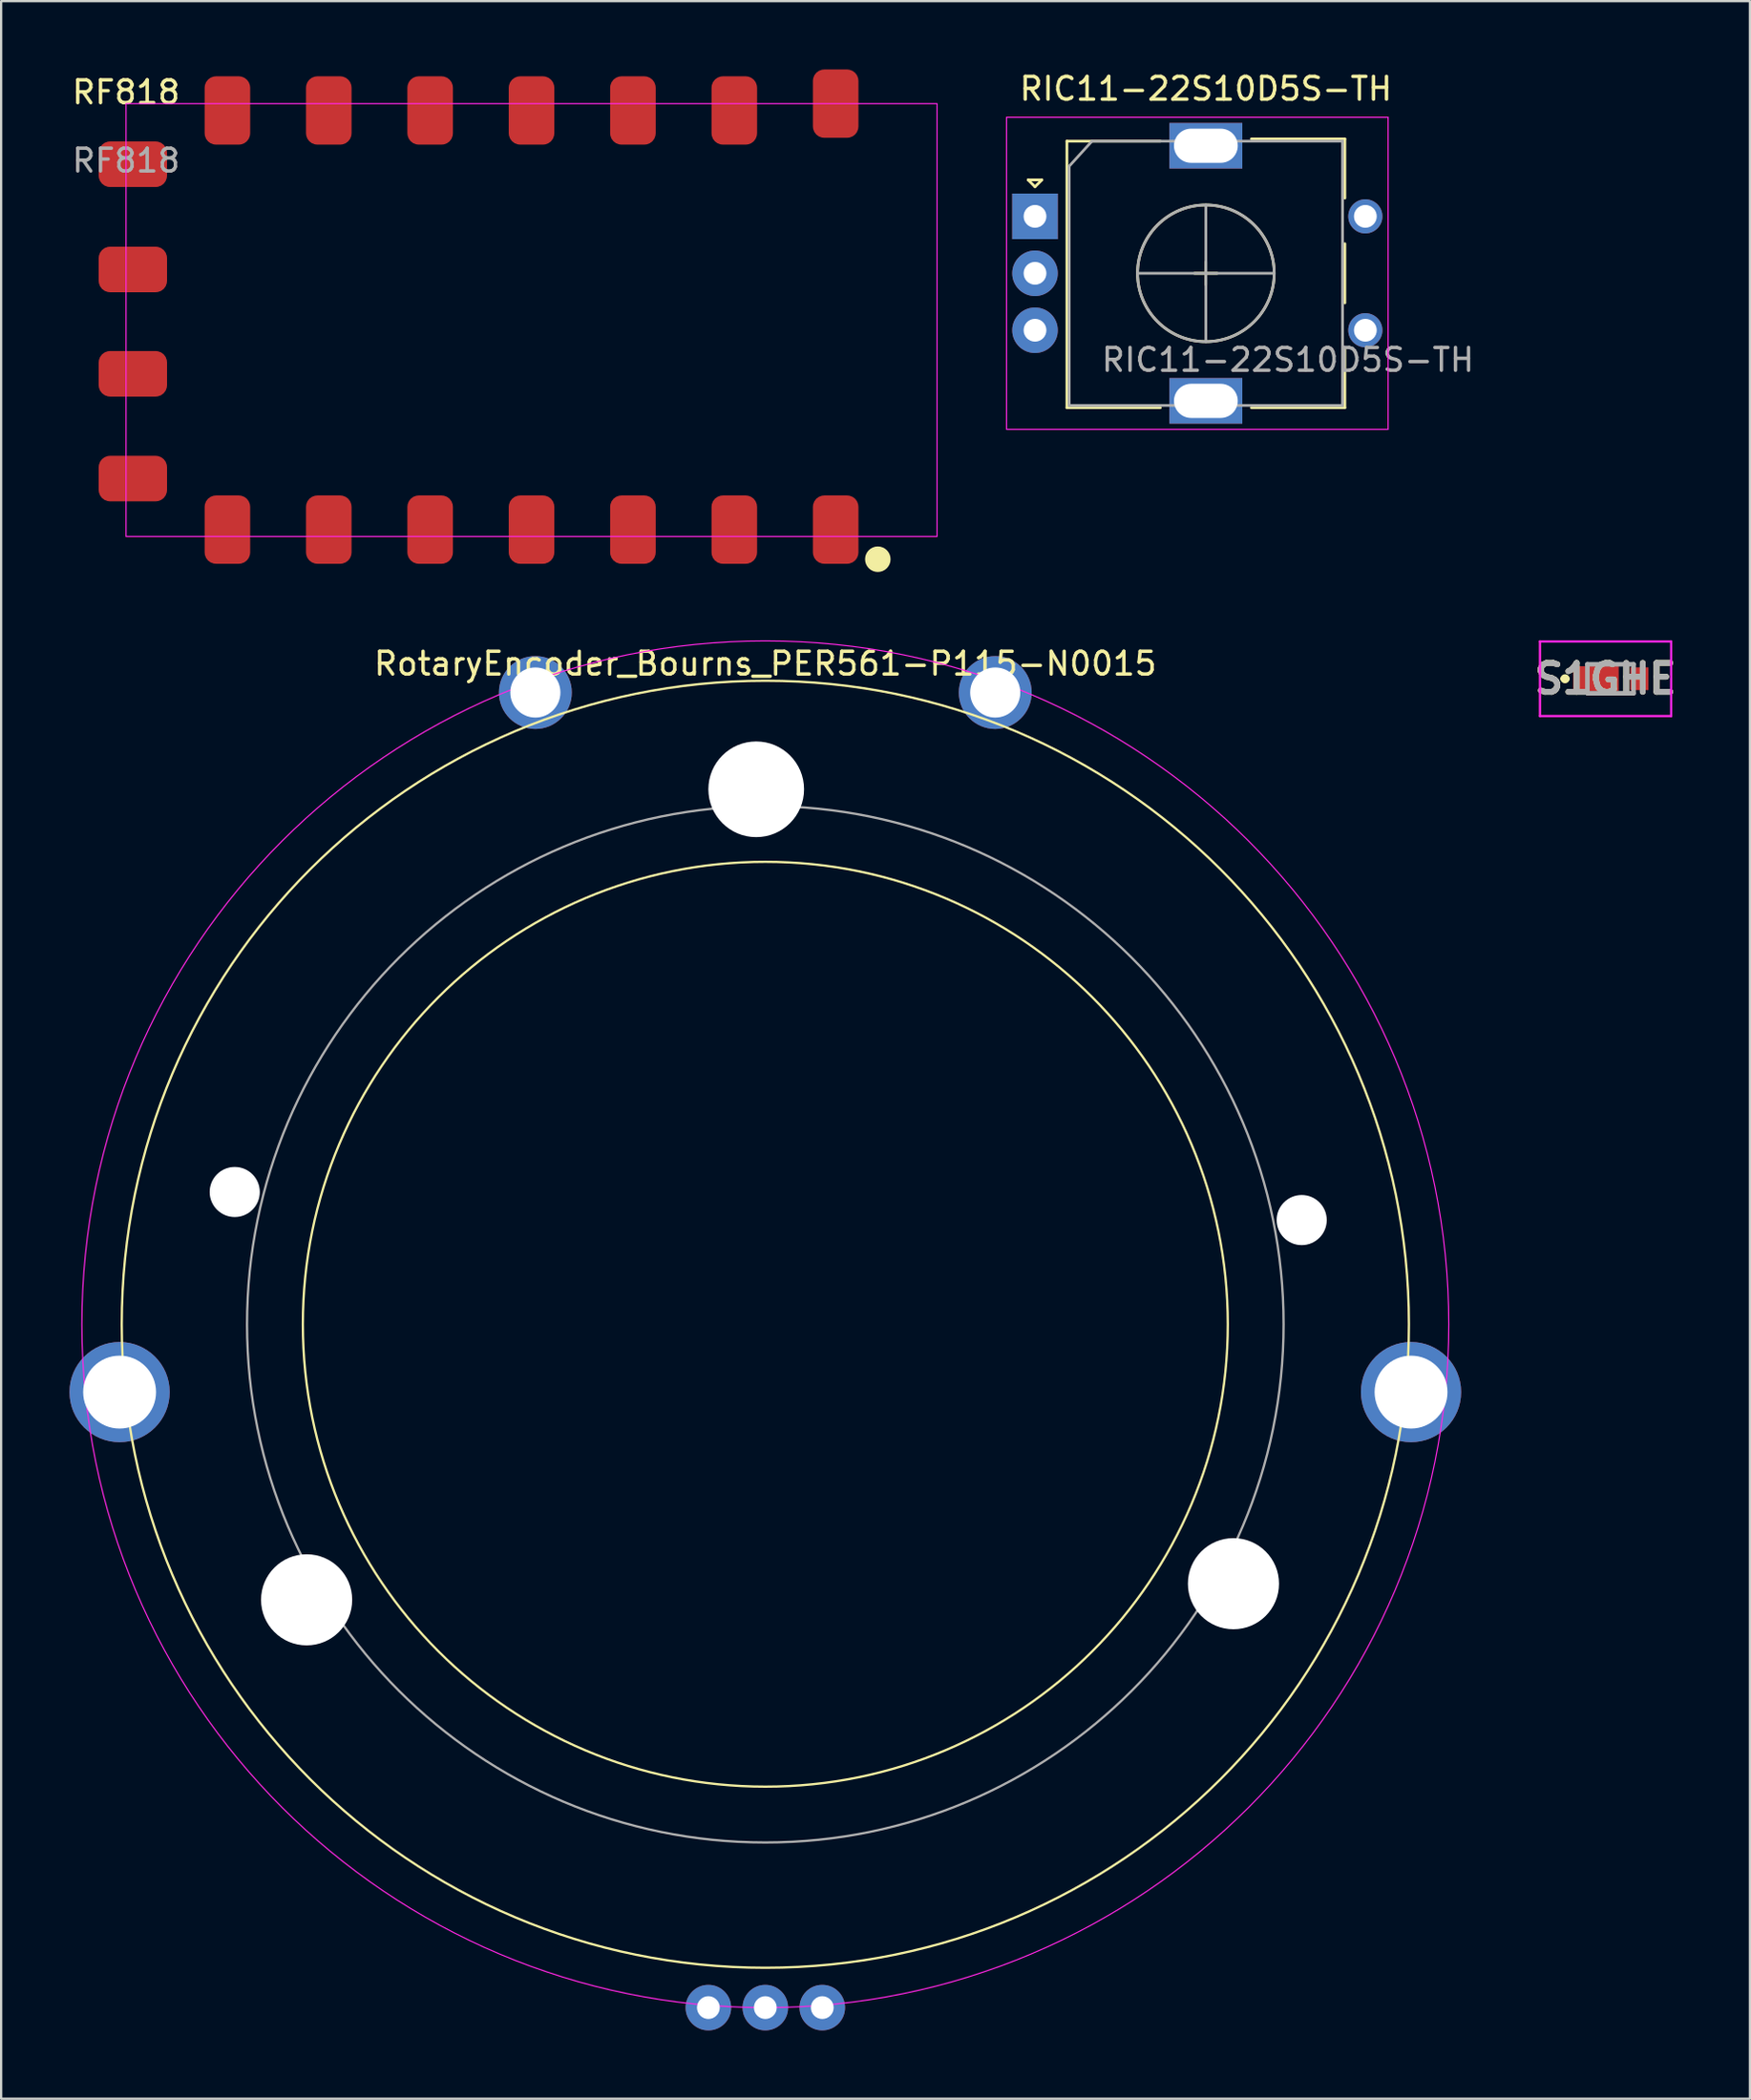
<source format=kicad_pcb>
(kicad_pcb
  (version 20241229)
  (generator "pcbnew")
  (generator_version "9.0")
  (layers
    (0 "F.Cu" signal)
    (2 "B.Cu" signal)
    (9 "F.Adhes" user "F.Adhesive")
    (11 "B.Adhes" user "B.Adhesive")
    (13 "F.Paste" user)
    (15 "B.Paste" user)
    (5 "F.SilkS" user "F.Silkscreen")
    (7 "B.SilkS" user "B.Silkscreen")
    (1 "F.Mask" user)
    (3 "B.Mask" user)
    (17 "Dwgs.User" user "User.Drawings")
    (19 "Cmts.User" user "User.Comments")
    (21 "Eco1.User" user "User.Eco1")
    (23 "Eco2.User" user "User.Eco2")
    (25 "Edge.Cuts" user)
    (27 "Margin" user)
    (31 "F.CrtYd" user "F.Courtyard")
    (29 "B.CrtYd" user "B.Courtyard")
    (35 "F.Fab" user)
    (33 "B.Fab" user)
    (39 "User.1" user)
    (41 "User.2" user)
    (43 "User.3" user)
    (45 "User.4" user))
  (footprint "RotaryEncoder_Bourns_PER561-P115-N0015"
    (layer "F.Cu")
    (at 30.544 55.085)
    (property "Reference" "RotaryEncoder_Bourns_PER561-P115-N0015" (at 0 -29 0) (unlocked yes) (layer "F.SilkS") (effects (font (size 1 1) (thickness 0.15))))
    (attr through_hole exclude_from_pos_files)
    (fp_circle (center 0 0) (end 20.3 0) (stroke (width 0.1) (type solid)) (fill no) (layer "F.SilkS"))
    (fp_circle (center 0 0) (end 28.25 0) (stroke (width 0.1) (type solid)) (fill no) (layer "F.SilkS"))
    (fp_circle (center 0 0) (end 30 0) (stroke (width 0.05) (type default)) (fill no) (layer "F.CrtYd"))
    (fp_circle (center 0 0) (end 22.75 0) (stroke (width 0.1) (type solid)) (fill no) (layer "F.Fab"))
    (fp_circle (center -28.344 2.979) (end -26.594 2.979) (stroke (width 0.1) (type solid)) (fill no) (layer "User.7"))
    (fp_circle (center -23.29 -5.806) (end -22.19 -5.806) (stroke (width 0.1) (type solid)) (fill no) (layer "User.7"))
    (fp_circle (center -20.135 12.098) (end -18.135 12.098) (stroke (width 0.1) (type solid)) (fill no) (layer "User.7"))
    (fp_circle (center -10.094 -27.733) (end -8.994 -27.733) (stroke (width 0.1) (type solid)) (fill no) (layer "User.7"))
    (fp_circle (center -0.4 -23.485) (end 1.6 -23.485) (stroke (width 0.1) (type solid)) (fill no) (layer "User.7"))
    (fp_circle (center 10.092 -27.733) (end 11.192 -27.733) (stroke (width 0.1) (type solid)) (fill no) (layer "User.7"))
    (fp_circle (center 20.549 11.39) (end 22.549 11.39) (stroke (width 0.1) (type solid)) (fill no) (layer "User.7"))
    (fp_circle (center 23.544 -4.573) (end 24.644 -4.573) (stroke (width 0.1) (type solid)) (fill no) (layer "User.7"))
    (fp_circle (center 28.344 2.979) (end 30.094 2.979) (stroke (width 0.1) (type solid)) (fill no) (layer "User.7"))
    (pad "" np_thru_hole circle (at -23.29 -5.806) (size 2.2 2.2) (drill 2.2) (layers "*.Cu" "*.Mask"))
    (pad "" np_thru_hole circle (at -20.135 12.098) (size 4 4) (drill 4) (layers "*.Cu" "*.Mask"))
    (pad "" np_thru_hole circle (at -0.4 -23.485) (size 4.2 4.2) (drill 4.2) (layers "*.Cu" "*.Mask"))
    (pad "" np_thru_hole circle (at 20.549 11.39) (size 4 4) (drill 4) (layers "*.Cu" "*.Mask"))
    (pad "" np_thru_hole circle (at 23.544 -4.573) (size 2.2 2.2) (drill 2.2) (layers "*.Cu" "*.Mask"))
    (pad "A" thru_hole circle (at -2.5 30) (size 2 2) (drill 1) (layers "*.Cu" "*.Mask"))
    (pad "B" thru_hole circle (at 2.5 30) (size 2 2) (drill 1) (layers "*.Cu" "*.Mask"))
    (pad "C" thru_hole circle (at 0 30) (size 2 2) (drill 1) (layers "*.Cu" "*.Mask"))
    (pad "MP" thru_hole circle (at -28.344 2.979) (size 4.4 4.4) (drill oval 3.2) (layers "*.Cu" "*.Mask"))
    (pad "MP" thru_hole circle (at -10.094 -27.733) (size 3.2 3.2) (drill 2.2) (layers "*.Cu" "*.Mask"))
    (pad "MP" thru_hole circle (at 10.092 -27.733) (size 3.2 3.2) (drill 2.2) (layers "*.Cu" "*.Mask"))
    (pad "MP" thru_hole circle (at 28.344 2.979) (size 4.4 4.4) (drill oval 3.2) (layers "*.Cu" "*.Mask")))
  (footprint "RF818"
    (layer "F.Cu")
    (at 2.482 1.5)
    (property "Reference" "RF818" (at 0 -0.5 0) (unlocked yes) (layer "F.SilkS") (effects (font (size 1 1) (thickness 0.15))))
    (attr smd)
    (fp_circle (center 33 20) (end 33.5 20) (stroke (width 0.12) (type solid)) (fill yes) (layer "F.SilkS"))
    (fp_rect (start 0 0) (end 35.6 19) (stroke (width 0.05) (type default)) (fill no) (layer "F.CrtYd"))
    (fp_text user "${REFERENCE}" (at 0 2.5 0) (unlocked yes) (layer "F.Fab") (effects (font (size 1 1) (thickness 0.15))))
    (pad "1" smd roundrect (at 31.15 18.7) (size 2 3) (layers "F.Cu" "F.Mask" "F.Paste") (roundrect_rratio 0.25))
    (pad "2" smd roundrect (at 26.7 18.7) (size 2 3) (layers "F.Cu" "F.Mask" "F.Paste") (roundrect_rratio 0.25))
    (pad "3" smd roundrect (at 22.25 18.7) (size 2 3) (layers "F.Cu" "F.Mask" "F.Paste") (roundrect_rratio 0.25))
    (pad "4" smd roundrect (at 17.8 18.7) (size 2 3) (layers "F.Cu" "F.Mask" "F.Paste") (roundrect_rratio 0.25))
    (pad "5" smd roundrect (at 13.35 18.7) (size 2 3) (layers "F.Cu" "F.Mask" "F.Paste") (roundrect_rratio 0.25))
    (pad "6" smd roundrect (at 8.9 18.7) (size 2 3) (layers "F.Cu" "F.Mask" "F.Paste") (roundrect_rratio 0.25))
    (pad "7" smd roundrect (at 4.45 18.7) (size 2 3) (layers "F.Cu" "F.Mask" "F.Paste") (roundrect_rratio 0.25))
    (pad "8" smd roundrect (at 0.3 16.46) (size 3 2) (layers "F.Cu" "F.Mask" "F.Paste") (roundrect_rratio 0.25))
    (pad "9" smd roundrect (at 0.3 11.86) (size 3 2) (layers "F.Cu" "F.Mask" "F.Paste") (roundrect_rratio 0.25))
    (pad "10" smd roundrect (at 0.3 7.28) (size 3 2) (layers "F.Cu" "F.Mask" "F.Paste") (roundrect_rratio 0.25))
    (pad "11" smd roundrect (at 0.3 2.66) (size 3 2) (layers "F.Cu" "F.Mask" "F.Paste") (roundrect_rratio 0.25))
    (pad "12" smd roundrect (at 4.45 0.3) (size 2 3) (layers "F.Cu" "F.Mask" "F.Paste") (roundrect_rratio 0.25))
    (pad "13" smd roundrect (at 8.9 0.3) (size 2 3) (layers "F.Cu" "F.Mask" "F.Paste") (roundrect_rratio 0.25))
    (pad "14" smd roundrect (at 13.35 0.3) (size 2 3) (layers "F.Cu" "F.Mask" "F.Paste") (roundrect_rratio 0.25))
    (pad "15" smd roundrect (at 17.8 0.3) (size 2 3) (layers "F.Cu" "F.Mask" "F.Paste") (roundrect_rratio 0.25))
    (pad "16" smd roundrect (at 22.25 0.3) (size 2 3) (layers "F.Cu" "F.Mask" "F.Paste") (roundrect_rratio 0.25))
    (pad "17" smd roundrect (at 26.7 0.3) (size 2 3) (layers "F.Cu" "F.Mask" "F.Paste") (roundrect_rratio 0.25))
    (pad "18" smd roundrect (at 31.15 0) (size 2 3) (layers "F.Cu" "F.Mask" "F.Paste") (roundrect_rratio 0.25)))
  (footprint "RIC11-22S10D5S-TH"
    (layer "F.Cu")
    (at 42.382 6.348)
    (property "Reference" "RIC11-22S10D5S-TH" (at 7.5 -5.5 0) (unlocked yes) (layer "F.SilkS") (effects (font (size 1 1) (thickness 0.15))))
    (attr through_hole)
    (fp_line (start -0.3 -1.5) (end 0.3 -1.5) (stroke (width 0.12) (type solid)) (layer "F.SilkS"))
    (fp_line (start 0 -1.2) (end -0.3 -1.5) (stroke (width 0.12) (type solid)) (layer "F.SilkS"))
    (fp_line (start 0.3 -1.5) (end 0 -1.2) (stroke (width 0.12) (type solid)) (layer "F.SilkS"))
    (fp_line (start 1.4 -3.2) (end 1.4 8.5) (stroke (width 0.12) (type solid)) (layer "F.SilkS"))
    (fp_line (start 5.5 -3.2) (end 1.4 -3.2) (stroke (width 0.12) (type solid)) (layer "F.SilkS"))
    (fp_line (start 5.5 8.5) (end 1.4 8.5) (stroke (width 0.12) (type solid)) (layer "F.SilkS"))
    (fp_line (start 7 2.6) (end 8 2.6) (stroke (width 0.12) (type solid)) (layer "F.SilkS"))
    (fp_line (start 7.5 2.1) (end 7.5 3.1) (stroke (width 0.12) (type solid)) (layer "F.SilkS"))
    (fp_line (start 9.5 -3.3) (end 13.6 -3.3) (stroke (width 0.12) (type solid)) (layer "F.SilkS"))
    (fp_line (start 13.6 -3.3) (end 13.6 -0.7) (stroke (width 0.12) (type solid)) (layer "F.SilkS"))
    (fp_line (start 13.6 1.3) (end 13.6 3.9) (stroke (width 0.12) (type solid)) (layer "F.SilkS"))
    (fp_line (start 13.6 5.9) (end 13.6 8.5) (stroke (width 0.12) (type solid)) (layer "F.SilkS"))
    (fp_line (start 13.6 8.5) (end 9.5 8.5) (stroke (width 0.12) (type solid)) (layer "F.SilkS"))
    (fp_circle (center 7.5 2.6) (end 10.5 2.6) (stroke (width 0.12) (type solid)) (fill no) (layer "F.SilkS"))
    (fp_line (start -1.25 -4.25) (end -1.25 9.45) (stroke (width 0.05) (type solid)) (layer "F.CrtYd"))
    (fp_line (start -1.25 -4.25) (end 15.5 -4.25) (stroke (width 0.05) (type solid)) (layer "F.CrtYd"))
    (fp_line (start 15.5 9.45) (end -1.25 9.45) (stroke (width 0.05) (type solid)) (layer "F.CrtYd"))
    (fp_line (start 15.5 9.45) (end 15.5 -4.25) (stroke (width 0.05) (type solid)) (layer "F.CrtYd"))
    (fp_line (start 1.5 -2.1) (end 2.5 -3.2) (stroke (width 0.12) (type solid)) (layer "F.Fab"))
    (fp_line (start 1.5 8.4) (end 1.5 -2.1) (stroke (width 0.12) (type solid)) (layer "F.Fab"))
    (fp_line (start 2.5 -3.2) (end 13.5 -3.2) (stroke (width 0.12) (type solid)) (layer "F.Fab"))
    (fp_line (start 4.5 2.6) (end 10.5 2.6) (stroke (width 0.12) (type solid)) (layer "F.Fab"))
    (fp_line (start 7.5 -0.4) (end 7.5 5.6) (stroke (width 0.12) (type solid)) (layer "F.Fab"))
    (fp_line (start 13.5 -3.2) (end 13.5 8.4) (stroke (width 0.12) (type solid)) (layer "F.Fab"))
    (fp_line (start 13.5 8.4) (end 1.5 8.4) (stroke (width 0.12) (type solid)) (layer "F.Fab"))
    (fp_circle (center 7.5 2.6) (end 10.5 2.6) (stroke (width 0.12) (type solid)) (fill no) (layer "F.Fab"))
    (fp_text user "${REFERENCE}" (at 11.1 6.4 0) (layer "F.Fab") (effects (font (size 1 1) (thickness 0.15))))
    (pad "A" thru_hole rect (at 0 0.1) (size 2 2) (drill 1) (layers "*.Cu" "*.Mask"))
    (pad "B" thru_hole circle (at 0 5.1) (size 2 2) (drill 1) (layers "*.Cu" "*.Mask"))
    (pad "C" thru_hole circle (at 0 2.6) (size 2 2) (drill 1) (layers "*.Cu" "*.Mask"))
    (pad "MP" thru_hole rect (at 7.5 -3) (size 3.2 2) (drill oval 2.8 1.5) (layers "*.Cu" "*.Mask"))
    (pad "MP" thru_hole rect (at 7.5 8.2) (size 3.2 2) (drill oval 2.8 1.5) (layers "*.Cu" "*.Mask"))
    (pad "S1" thru_hole circle (at 14.5 5.1) (size 1.5 1.5) (drill 1) (layers "*.Cu" "*.Mask"))
    (pad "S2" thru_hole circle (at 14.5 0.1) (size 1.5 1.5) (drill 1) (layers "*.Cu" "*.Mask")))
  (footprint "S1GHE"
    (layer "F.Cu")
    (at 67.767 26.748)
    (property "Reference" "S1GHE" (at -0.341 0 0) (layer "F.SilkS") (effects (font (size 1.27 1.27) (thickness 0.254))))
    (attr smd)
    (fp_line (start -2.22 0) (end -2.22 0) (stroke (width 0.2) (type solid)) (layer "F.SilkS"))
    (fp_line (start -2.02 0) (end -2.02 0) (stroke (width 0.2) (type solid)) (layer "F.SilkS"))
    (fp_arc (start -2.22 0) (mid -2.12 -0.1) (end -2.02 0) (stroke (width 0.2) (type solid)) (layer "F.SilkS"))
    (fp_arc (start -2.02 0) (mid -2.12 0.1) (end -2.22 0) (stroke (width 0.2) (type solid)) (layer "F.SilkS"))
    (fp_line (start -3.22 -1.638) (end 2.538 -1.638) (stroke (width 0.1) (type solid)) (layer "F.CrtYd"))
    (fp_line (start -3.22 1.638) (end -3.22 -1.638) (stroke (width 0.1) (type solid)) (layer "F.CrtYd"))
    (fp_line (start 2.538 -1.638) (end 2.538 1.638) (stroke (width 0.1) (type solid)) (layer "F.CrtYd"))
    (fp_line (start 2.538 1.638) (end -3.22 1.638) (stroke (width 0.1) (type solid)) (layer "F.CrtYd"))
    (fp_line (start -1.138 -0.638) (end 0.888 -0.638) (stroke (width 0.2) (type solid)) (layer "F.Fab"))
    (fp_line (start -1.138 0.638) (end -1.138 -0.638) (stroke (width 0.2) (type solid)) (layer "F.Fab"))
    (fp_line (start 0.888 -0.638) (end 0.888 0.638) (stroke (width 0.2) (type solid)) (layer "F.Fab"))
    (fp_line (start 0.888 0.638) (end -1.138 0.638) (stroke (width 0.2) (type solid)) (layer "F.Fab"))
    (fp_text user "${REFERENCE}" (at -0.341 0 0) (layer "F.Fab") (effects (font (size 1.27 1.27) (thickness 0.254))))
    (pad "1" smd rect (at -0.763 0 90) (size 1.1 2) (layers "F.Cu" "F.Mask" "F.Paste"))
    (pad "2" smd rect (at 1.138 0) (size 0.8 1) (layers "F.Cu" "F.Mask" "F.Paste")))
  (gr_rect
    (start -3 -3)
    (end 73.764 89.085)
    (stroke (width 0.1) (type default))
    (fill no)
    (layer "Edge.Cuts")))
</source>
